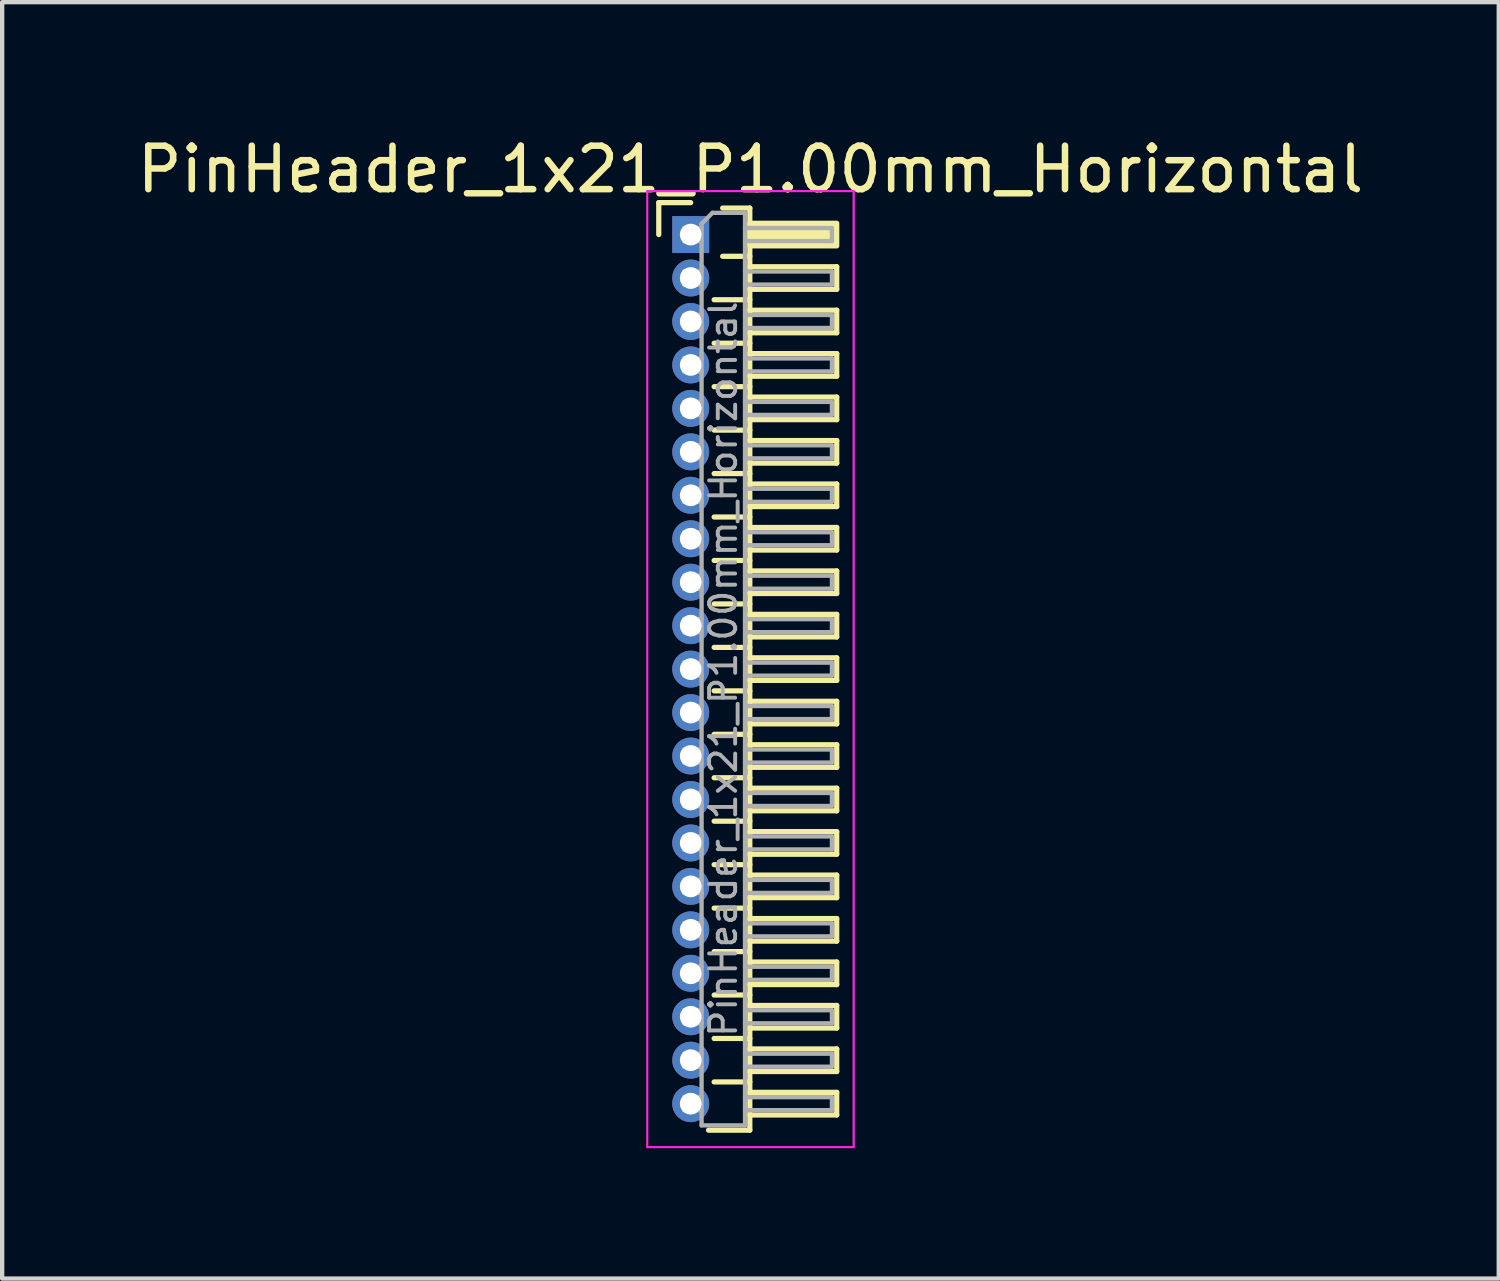
<source format=kicad_pcb>
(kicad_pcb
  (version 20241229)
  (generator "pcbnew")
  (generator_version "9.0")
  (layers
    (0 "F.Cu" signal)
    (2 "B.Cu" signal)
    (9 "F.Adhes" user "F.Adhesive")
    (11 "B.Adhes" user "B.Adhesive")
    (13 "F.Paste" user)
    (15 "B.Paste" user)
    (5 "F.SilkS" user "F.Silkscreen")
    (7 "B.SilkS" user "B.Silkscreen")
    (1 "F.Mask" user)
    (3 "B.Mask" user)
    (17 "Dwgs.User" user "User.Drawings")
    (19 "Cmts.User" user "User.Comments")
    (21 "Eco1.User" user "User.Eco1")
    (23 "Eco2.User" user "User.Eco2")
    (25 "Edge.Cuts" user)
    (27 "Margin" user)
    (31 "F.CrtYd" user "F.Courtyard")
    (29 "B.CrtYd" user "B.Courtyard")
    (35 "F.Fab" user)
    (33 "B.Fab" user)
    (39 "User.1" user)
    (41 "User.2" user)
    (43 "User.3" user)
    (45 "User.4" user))
  (footprint "PinHeader_1x21_P1.00mm_Horizontal"
    (layer "F.Cu")
    (at 12.845 2.348)
    (property "Reference" "PinHeader_1x21_P1.00mm_Horizontal" (at 1.375 -1.5 0) (layer "F.SilkS") (effects (font (size 1 1) (thickness 0.15))))
    (attr through_hole)
    (fp_line (start -0.735 -0.735) (end 0 -0.735) (stroke (width 0.12) (type solid)) (layer "F.SilkS"))
    (fp_line (start -0.735 0) (end -0.735 -0.735) (stroke (width 0.12) (type solid)) (layer "F.SilkS"))
    (fp_line (start 0.539 1.5) (end 1.36 1.5) (stroke (width 0.12) (type solid)) (layer "F.SilkS"))
    (fp_line (start 0.539 2.5) (end 1.36 2.5) (stroke (width 0.12) (type solid)) (layer "F.SilkS"))
    (fp_line (start 0.539 3.5) (end 1.36 3.5) (stroke (width 0.12) (type solid)) (layer "F.SilkS"))
    (fp_line (start 0.539 4.5) (end 1.36 4.5) (stroke (width 0.12) (type solid)) (layer "F.SilkS"))
    (fp_line (start 0.539 5.5) (end 1.36 5.5) (stroke (width 0.12) (type solid)) (layer "F.SilkS"))
    (fp_line (start 0.539 6.5) (end 1.36 6.5) (stroke (width 0.12) (type solid)) (layer "F.SilkS"))
    (fp_line (start 0.539 7.5) (end 1.36 7.5) (stroke (width 0.12) (type solid)) (layer "F.SilkS"))
    (fp_line (start 0.539 8.5) (end 1.36 8.5) (stroke (width 0.12) (type solid)) (layer "F.SilkS"))
    (fp_line (start 0.539 9.5) (end 1.36 9.5) (stroke (width 0.12) (type solid)) (layer "F.SilkS"))
    (fp_line (start 0.539 10.5) (end 1.36 10.5) (stroke (width 0.12) (type solid)) (layer "F.SilkS"))
    (fp_line (start 0.539 11.5) (end 1.36 11.5) (stroke (width 0.12) (type solid)) (layer "F.SilkS"))
    (fp_line (start 0.539 12.5) (end 1.36 12.5) (stroke (width 0.12) (type solid)) (layer "F.SilkS"))
    (fp_line (start 0.539 13.5) (end 1.36 13.5) (stroke (width 0.12) (type solid)) (layer "F.SilkS"))
    (fp_line (start 0.539 14.5) (end 1.36 14.5) (stroke (width 0.12) (type solid)) (layer "F.SilkS"))
    (fp_line (start 0.539 15.5) (end 1.36 15.5) (stroke (width 0.12) (type solid)) (layer "F.SilkS"))
    (fp_line (start 0.539 16.5) (end 1.36 16.5) (stroke (width 0.12) (type solid)) (layer "F.SilkS"))
    (fp_line (start 0.539 17.5) (end 1.36 17.5) (stroke (width 0.12) (type solid)) (layer "F.SilkS"))
    (fp_line (start 0.539 18.5) (end 1.36 18.5) (stroke (width 0.12) (type solid)) (layer "F.SilkS"))
    (fp_line (start 0.539 19.5) (end 1.36 19.5) (stroke (width 0.12) (type solid)) (layer "F.SilkS"))
    (fp_line (start 0.735 -0.61) (end 1.36 -0.61) (stroke (width 0.12) (type solid)) (layer "F.SilkS"))
    (fp_line (start 0.735 0.5) (end 1.36 0.5) (stroke (width 0.12) (type solid)) (layer "F.SilkS"))
    (fp_line (start 1.36 -0.61) (end 1.36 20.61) (stroke (width 0.12) (type solid)) (layer "F.SilkS"))
    (fp_line (start 1.36 0.74) (end 3.36 0.74) (stroke (width 0.12) (type solid)) (layer "F.SilkS"))
    (fp_line (start 1.36 1.74) (end 3.36 1.74) (stroke (width 0.12) (type solid)) (layer "F.SilkS"))
    (fp_line (start 1.36 2.74) (end 3.36 2.74) (stroke (width 0.12) (type solid)) (layer "F.SilkS"))
    (fp_line (start 1.36 3.74) (end 3.36 3.74) (stroke (width 0.12) (type solid)) (layer "F.SilkS"))
    (fp_line (start 1.36 4.74) (end 3.36 4.74) (stroke (width 0.12) (type solid)) (layer "F.SilkS"))
    (fp_line (start 1.36 5.74) (end 3.36 5.74) (stroke (width 0.12) (type solid)) (layer "F.SilkS"))
    (fp_line (start 1.36 6.74) (end 3.36 6.74) (stroke (width 0.12) (type solid)) (layer "F.SilkS"))
    (fp_line (start 1.36 7.74) (end 3.36 7.74) (stroke (width 0.12) (type solid)) (layer "F.SilkS"))
    (fp_line (start 1.36 8.74) (end 3.36 8.74) (stroke (width 0.12) (type solid)) (layer "F.SilkS"))
    (fp_line (start 1.36 9.74) (end 3.36 9.74) (stroke (width 0.12) (type solid)) (layer "F.SilkS"))
    (fp_line (start 1.36 10.74) (end 3.36 10.74) (stroke (width 0.12) (type solid)) (layer "F.SilkS"))
    (fp_line (start 1.36 11.74) (end 3.36 11.74) (stroke (width 0.12) (type solid)) (layer "F.SilkS"))
    (fp_line (start 1.36 12.74) (end 3.36 12.74) (stroke (width 0.12) (type solid)) (layer "F.SilkS"))
    (fp_line (start 1.36 13.74) (end 3.36 13.74) (stroke (width 0.12) (type solid)) (layer "F.SilkS"))
    (fp_line (start 1.36 14.74) (end 3.36 14.74) (stroke (width 0.12) (type solid)) (layer "F.SilkS"))
    (fp_line (start 1.36 15.74) (end 3.36 15.74) (stroke (width 0.12) (type solid)) (layer "F.SilkS"))
    (fp_line (start 1.36 16.74) (end 3.36 16.74) (stroke (width 0.12) (type solid)) (layer "F.SilkS"))
    (fp_line (start 1.36 17.74) (end 3.36 17.74) (stroke (width 0.12) (type solid)) (layer "F.SilkS"))
    (fp_line (start 1.36 18.74) (end 3.36 18.74) (stroke (width 0.12) (type solid)) (layer "F.SilkS"))
    (fp_line (start 1.36 19.74) (end 3.36 19.74) (stroke (width 0.12) (type solid)) (layer "F.SilkS"))
    (fp_line (start 1.36 20.61) (end 0.41 20.61) (stroke (width 0.12) (type solid)) (layer "F.SilkS"))
    (fp_line (start 3.36 0.74) (end 3.36 1.26) (stroke (width 0.12) (type solid)) (layer "F.SilkS"))
    (fp_line (start 3.36 1.26) (end 1.36 1.26) (stroke (width 0.12) (type solid)) (layer "F.SilkS"))
    (fp_line (start 3.36 1.74) (end 3.36 2.26) (stroke (width 0.12) (type solid)) (layer "F.SilkS"))
    (fp_line (start 3.36 2.26) (end 1.36 2.26) (stroke (width 0.12) (type solid)) (layer "F.SilkS"))
    (fp_line (start 3.36 2.74) (end 3.36 3.26) (stroke (width 0.12) (type solid)) (layer "F.SilkS"))
    (fp_line (start 3.36 3.26) (end 1.36 3.26) (stroke (width 0.12) (type solid)) (layer "F.SilkS"))
    (fp_line (start 3.36 3.74) (end 3.36 4.26) (stroke (width 0.12) (type solid)) (layer "F.SilkS"))
    (fp_line (start 3.36 4.26) (end 1.36 4.26) (stroke (width 0.12) (type solid)) (layer "F.SilkS"))
    (fp_line (start 3.36 4.74) (end 3.36 5.26) (stroke (width 0.12) (type solid)) (layer "F.SilkS"))
    (fp_line (start 3.36 5.26) (end 1.36 5.26) (stroke (width 0.12) (type solid)) (layer "F.SilkS"))
    (fp_line (start 3.36 5.74) (end 3.36 6.26) (stroke (width 0.12) (type solid)) (layer "F.SilkS"))
    (fp_line (start 3.36 6.26) (end 1.36 6.26) (stroke (width 0.12) (type solid)) (layer "F.SilkS"))
    (fp_line (start 3.36 6.74) (end 3.36 7.26) (stroke (width 0.12) (type solid)) (layer "F.SilkS"))
    (fp_line (start 3.36 7.26) (end 1.36 7.26) (stroke (width 0.12) (type solid)) (layer "F.SilkS"))
    (fp_line (start 3.36 7.74) (end 3.36 8.26) (stroke (width 0.12) (type solid)) (layer "F.SilkS"))
    (fp_line (start 3.36 8.26) (end 1.36 8.26) (stroke (width 0.12) (type solid)) (layer "F.SilkS"))
    (fp_line (start 3.36 8.74) (end 3.36 9.26) (stroke (width 0.12) (type solid)) (layer "F.SilkS"))
    (fp_line (start 3.36 9.26) (end 1.36 9.26) (stroke (width 0.12) (type solid)) (layer "F.SilkS"))
    (fp_line (start 3.36 9.74) (end 3.36 10.26) (stroke (width 0.12) (type solid)) (layer "F.SilkS"))
    (fp_line (start 3.36 10.26) (end 1.36 10.26) (stroke (width 0.12) (type solid)) (layer "F.SilkS"))
    (fp_line (start 3.36 10.74) (end 3.36 11.26) (stroke (width 0.12) (type solid)) (layer "F.SilkS"))
    (fp_line (start 3.36 11.26) (end 1.36 11.26) (stroke (width 0.12) (type solid)) (layer "F.SilkS"))
    (fp_line (start 3.36 11.74) (end 3.36 12.26) (stroke (width 0.12) (type solid)) (layer "F.SilkS"))
    (fp_line (start 3.36 12.26) (end 1.36 12.26) (stroke (width 0.12) (type solid)) (layer "F.SilkS"))
    (fp_line (start 3.36 12.74) (end 3.36 13.26) (stroke (width 0.12) (type solid)) (layer "F.SilkS"))
    (fp_line (start 3.36 13.26) (end 1.36 13.26) (stroke (width 0.12) (type solid)) (layer "F.SilkS"))
    (fp_line (start 3.36 13.74) (end 3.36 14.26) (stroke (width 0.12) (type solid)) (layer "F.SilkS"))
    (fp_line (start 3.36 14.26) (end 1.36 14.26) (stroke (width 0.12) (type solid)) (layer "F.SilkS"))
    (fp_line (start 3.36 14.74) (end 3.36 15.26) (stroke (width 0.12) (type solid)) (layer "F.SilkS"))
    (fp_line (start 3.36 15.26) (end 1.36 15.26) (stroke (width 0.12) (type solid)) (layer "F.SilkS"))
    (fp_line (start 3.36 15.74) (end 3.36 16.26) (stroke (width 0.12) (type solid)) (layer "F.SilkS"))
    (fp_line (start 3.36 16.26) (end 1.36 16.26) (stroke (width 0.12) (type solid)) (layer "F.SilkS"))
    (fp_line (start 3.36 16.74) (end 3.36 17.26) (stroke (width 0.12) (type solid)) (layer "F.SilkS"))
    (fp_line (start 3.36 17.26) (end 1.36 17.26) (stroke (width 0.12) (type solid)) (layer "F.SilkS"))
    (fp_line (start 3.36 17.74) (end 3.36 18.26) (stroke (width 0.12) (type solid)) (layer "F.SilkS"))
    (fp_line (start 3.36 18.26) (end 1.36 18.26) (stroke (width 0.12) (type solid)) (layer "F.SilkS"))
    (fp_line (start 3.36 18.74) (end 3.36 19.26) (stroke (width 0.12) (type solid)) (layer "F.SilkS"))
    (fp_line (start 3.36 19.26) (end 1.36 19.26) (stroke (width 0.12) (type solid)) (layer "F.SilkS"))
    (fp_line (start 3.36 19.74) (end 3.36 20.26) (stroke (width 0.12) (type solid)) (layer "F.SilkS"))
    (fp_line (start 3.36 20.26) (end 1.36 20.26) (stroke (width 0.12) (type solid)) (layer "F.SilkS"))
    (fp_rect (start 1.36 -0.26) (end 3.36 0.26) (stroke (width 0.12) (type solid)) (fill yes) (layer "F.SilkS"))
    (fp_line (start -1 -1) (end -1 21) (stroke (width 0.05) (type solid)) (layer "F.CrtYd"))
    (fp_line (start -1 21) (end 3.75 21) (stroke (width 0.05) (type solid)) (layer "F.CrtYd"))
    (fp_line (start 3.75 -1) (end -1 -1) (stroke (width 0.05) (type solid)) (layer "F.CrtYd"))
    (fp_line (start 3.75 21) (end 3.75 -1) (stroke (width 0.05) (type solid)) (layer "F.CrtYd"))
    (fp_line (start -0.15 -0.15) (end -0.15 0.15) (stroke (width 0.1) (type solid)) (layer "F.Fab"))
    (fp_line (start -0.15 -0.15) (end 0.25 -0.15) (stroke (width 0.1) (type solid)) (layer "F.Fab"))
    (fp_line (start -0.15 0.15) (end 0.25 0.15) (stroke (width 0.1) (type solid)) (layer "F.Fab"))
    (fp_line (start -0.15 0.85) (end -0.15 1.15) (stroke (width 0.1) (type solid)) (layer "F.Fab"))
    (fp_line (start -0.15 0.85) (end 0.25 0.85) (stroke (width 0.1) (type solid)) (layer "F.Fab"))
    (fp_line (start -0.15 1.15) (end 0.25 1.15) (stroke (width 0.1) (type solid)) (layer "F.Fab"))
    (fp_line (start -0.15 1.85) (end -0.15 2.15) (stroke (width 0.1) (type solid)) (layer "F.Fab"))
    (fp_line (start -0.15 1.85) (end 0.25 1.85) (stroke (width 0.1) (type solid)) (layer "F.Fab"))
    (fp_line (start -0.15 2.15) (end 0.25 2.15) (stroke (width 0.1) (type solid)) (layer "F.Fab"))
    (fp_line (start -0.15 2.85) (end -0.15 3.15) (stroke (width 0.1) (type solid)) (layer "F.Fab"))
    (fp_line (start -0.15 2.85) (end 0.25 2.85) (stroke (width 0.1) (type solid)) (layer "F.Fab"))
    (fp_line (start -0.15 3.15) (end 0.25 3.15) (stroke (width 0.1) (type solid)) (layer "F.Fab"))
    (fp_line (start -0.15 3.85) (end -0.15 4.15) (stroke (width 0.1) (type solid)) (layer "F.Fab"))
    (fp_line (start -0.15 3.85) (end 0.25 3.85) (stroke (width 0.1) (type solid)) (layer "F.Fab"))
    (fp_line (start -0.15 4.15) (end 0.25 4.15) (stroke (width 0.1) (type solid)) (layer "F.Fab"))
    (fp_line (start -0.15 4.85) (end -0.15 5.15) (stroke (width 0.1) (type solid)) (layer "F.Fab"))
    (fp_line (start -0.15 4.85) (end 0.25 4.85) (stroke (width 0.1) (type solid)) (layer "F.Fab"))
    (fp_line (start -0.15 5.15) (end 0.25 5.15) (stroke (width 0.1) (type solid)) (layer "F.Fab"))
    (fp_line (start -0.15 5.85) (end -0.15 6.15) (stroke (width 0.1) (type solid)) (layer "F.Fab"))
    (fp_line (start -0.15 5.85) (end 0.25 5.85) (stroke (width 0.1) (type solid)) (layer "F.Fab"))
    (fp_line (start -0.15 6.15) (end 0.25 6.15) (stroke (width 0.1) (type solid)) (layer "F.Fab"))
    (fp_line (start -0.15 6.85) (end -0.15 7.15) (stroke (width 0.1) (type solid)) (layer "F.Fab"))
    (fp_line (start -0.15 6.85) (end 0.25 6.85) (stroke (width 0.1) (type solid)) (layer "F.Fab"))
    (fp_line (start -0.15 7.15) (end 0.25 7.15) (stroke (width 0.1) (type solid)) (layer "F.Fab"))
    (fp_line (start -0.15 7.85) (end -0.15 8.15) (stroke (width 0.1) (type solid)) (layer "F.Fab"))
    (fp_line (start -0.15 7.85) (end 0.25 7.85) (stroke (width 0.1) (type solid)) (layer "F.Fab"))
    (fp_line (start -0.15 8.15) (end 0.25 8.15) (stroke (width 0.1) (type solid)) (layer "F.Fab"))
    (fp_line (start -0.15 8.85) (end -0.15 9.15) (stroke (width 0.1) (type solid)) (layer "F.Fab"))
    (fp_line (start -0.15 8.85) (end 0.25 8.85) (stroke (width 0.1) (type solid)) (layer "F.Fab"))
    (fp_line (start -0.15 9.15) (end 0.25 9.15) (stroke (width 0.1) (type solid)) (layer "F.Fab"))
    (fp_line (start -0.15 9.85) (end -0.15 10.15) (stroke (width 0.1) (type solid)) (layer "F.Fab"))
    (fp_line (start -0.15 9.85) (end 0.25 9.85) (stroke (width 0.1) (type solid)) (layer "F.Fab"))
    (fp_line (start -0.15 10.15) (end 0.25 10.15) (stroke (width 0.1) (type solid)) (layer "F.Fab"))
    (fp_line (start -0.15 10.85) (end -0.15 11.15) (stroke (width 0.1) (type solid)) (layer "F.Fab"))
    (fp_line (start -0.15 10.85) (end 0.25 10.85) (stroke (width 0.1) (type solid)) (layer "F.Fab"))
    (fp_line (start -0.15 11.15) (end 0.25 11.15) (stroke (width 0.1) (type solid)) (layer "F.Fab"))
    (fp_line (start -0.15 11.85) (end -0.15 12.15) (stroke (width 0.1) (type solid)) (layer "F.Fab"))
    (fp_line (start -0.15 11.85) (end 0.25 11.85) (stroke (width 0.1) (type solid)) (layer "F.Fab"))
    (fp_line (start -0.15 12.15) (end 0.25 12.15) (stroke (width 0.1) (type solid)) (layer "F.Fab"))
    (fp_line (start -0.15 12.85) (end -0.15 13.15) (stroke (width 0.1) (type solid)) (layer "F.Fab"))
    (fp_line (start -0.15 12.85) (end 0.25 12.85) (stroke (width 0.1) (type solid)) (layer "F.Fab"))
    (fp_line (start -0.15 13.15) (end 0.25 13.15) (stroke (width 0.1) (type solid)) (layer "F.Fab"))
    (fp_line (start -0.15 13.85) (end -0.15 14.15) (stroke (width 0.1) (type solid)) (layer "F.Fab"))
    (fp_line (start -0.15 13.85) (end 0.25 13.85) (stroke (width 0.1) (type solid)) (layer "F.Fab"))
    (fp_line (start -0.15 14.15) (end 0.25 14.15) (stroke (width 0.1) (type solid)) (layer "F.Fab"))
    (fp_line (start -0.15 14.85) (end -0.15 15.15) (stroke (width 0.1) (type solid)) (layer "F.Fab"))
    (fp_line (start -0.15 14.85) (end 0.25 14.85) (stroke (width 0.1) (type solid)) (layer "F.Fab"))
    (fp_line (start -0.15 15.15) (end 0.25 15.15) (stroke (width 0.1) (type solid)) (layer "F.Fab"))
    (fp_line (start -0.15 15.85) (end -0.15 16.15) (stroke (width 0.1) (type solid)) (layer "F.Fab"))
    (fp_line (start -0.15 15.85) (end 0.25 15.85) (stroke (width 0.1) (type solid)) (layer "F.Fab"))
    (fp_line (start -0.15 16.15) (end 0.25 16.15) (stroke (width 0.1) (type solid)) (layer "F.Fab"))
    (fp_line (start -0.15 16.85) (end -0.15 17.15) (stroke (width 0.1) (type solid)) (layer "F.Fab"))
    (fp_line (start -0.15 16.85) (end 0.25 16.85) (stroke (width 0.1) (type solid)) (layer "F.Fab"))
    (fp_line (start -0.15 17.15) (end 0.25 17.15) (stroke (width 0.1) (type solid)) (layer "F.Fab"))
    (fp_line (start -0.15 17.85) (end -0.15 18.15) (stroke (width 0.1) (type solid)) (layer "F.Fab"))
    (fp_line (start -0.15 17.85) (end 0.25 17.85) (stroke (width 0.1) (type solid)) (layer "F.Fab"))
    (fp_line (start -0.15 18.15) (end 0.25 18.15) (stroke (width 0.1) (type solid)) (layer "F.Fab"))
    (fp_line (start -0.15 18.85) (end -0.15 19.15) (stroke (width 0.1) (type solid)) (layer "F.Fab"))
    (fp_line (start -0.15 18.85) (end 0.25 18.85) (stroke (width 0.1) (type solid)) (layer "F.Fab"))
    (fp_line (start -0.15 19.15) (end 0.25 19.15) (stroke (width 0.1) (type solid)) (layer "F.Fab"))
    (fp_line (start -0.15 19.85) (end -0.15 20.15) (stroke (width 0.1) (type solid)) (layer "F.Fab"))
    (fp_line (start -0.15 19.85) (end 0.25 19.85) (stroke (width 0.1) (type solid)) (layer "F.Fab"))
    (fp_line (start -0.15 20.15) (end 0.25 20.15) (stroke (width 0.1) (type solid)) (layer "F.Fab"))
    (fp_line (start 0.25 -0.25) (end 0.5 -0.5) (stroke (width 0.1) (type solid)) (layer "F.Fab"))
    (fp_line (start 0.25 20.5) (end 0.25 -0.25) (stroke (width 0.1) (type solid)) (layer "F.Fab"))
    (fp_line (start 0.5 -0.5) (end 1.25 -0.5) (stroke (width 0.1) (type solid)) (layer "F.Fab"))
    (fp_line (start 1.25 -0.5) (end 1.25 20.5) (stroke (width 0.1) (type solid)) (layer "F.Fab"))
    (fp_line (start 1.25 -0.15) (end 3.25 -0.15) (stroke (width 0.1) (type solid)) (layer "F.Fab"))
    (fp_line (start 1.25 0.15) (end 3.25 0.15) (stroke (width 0.1) (type solid)) (layer "F.Fab"))
    (fp_line (start 1.25 0.85) (end 3.25 0.85) (stroke (width 0.1) (type solid)) (layer "F.Fab"))
    (fp_line (start 1.25 1.15) (end 3.25 1.15) (stroke (width 0.1) (type solid)) (layer "F.Fab"))
    (fp_line (start 1.25 1.85) (end 3.25 1.85) (stroke (width 0.1) (type solid)) (layer "F.Fab"))
    (fp_line (start 1.25 2.15) (end 3.25 2.15) (stroke (width 0.1) (type solid)) (layer "F.Fab"))
    (fp_line (start 1.25 2.85) (end 3.25 2.85) (stroke (width 0.1) (type solid)) (layer "F.Fab"))
    (fp_line (start 1.25 3.15) (end 3.25 3.15) (stroke (width 0.1) (type solid)) (layer "F.Fab"))
    (fp_line (start 1.25 3.85) (end 3.25 3.85) (stroke (width 0.1) (type solid)) (layer "F.Fab"))
    (fp_line (start 1.25 4.15) (end 3.25 4.15) (stroke (width 0.1) (type solid)) (layer "F.Fab"))
    (fp_line (start 1.25 4.85) (end 3.25 4.85) (stroke (width 0.1) (type solid)) (layer "F.Fab"))
    (fp_line (start 1.25 5.15) (end 3.25 5.15) (stroke (width 0.1) (type solid)) (layer "F.Fab"))
    (fp_line (start 1.25 5.85) (end 3.25 5.85) (stroke (width 0.1) (type solid)) (layer "F.Fab"))
    (fp_line (start 1.25 6.15) (end 3.25 6.15) (stroke (width 0.1) (type solid)) (layer "F.Fab"))
    (fp_line (start 1.25 6.85) (end 3.25 6.85) (stroke (width 0.1) (type solid)) (layer "F.Fab"))
    (fp_line (start 1.25 7.15) (end 3.25 7.15) (stroke (width 0.1) (type solid)) (layer "F.Fab"))
    (fp_line (start 1.25 7.85) (end 3.25 7.85) (stroke (width 0.1) (type solid)) (layer "F.Fab"))
    (fp_line (start 1.25 8.15) (end 3.25 8.15) (stroke (width 0.1) (type solid)) (layer "F.Fab"))
    (fp_line (start 1.25 8.85) (end 3.25 8.85) (stroke (width 0.1) (type solid)) (layer "F.Fab"))
    (fp_line (start 1.25 9.15) (end 3.25 9.15) (stroke (width 0.1) (type solid)) (layer "F.Fab"))
    (fp_line (start 1.25 9.85) (end 3.25 9.85) (stroke (width 0.1) (type solid)) (layer "F.Fab"))
    (fp_line (start 1.25 10.15) (end 3.25 10.15) (stroke (width 0.1) (type solid)) (layer "F.Fab"))
    (fp_line (start 1.25 10.85) (end 3.25 10.85) (stroke (width 0.1) (type solid)) (layer "F.Fab"))
    (fp_line (start 1.25 11.15) (end 3.25 11.15) (stroke (width 0.1) (type solid)) (layer "F.Fab"))
    (fp_line (start 1.25 11.85) (end 3.25 11.85) (stroke (width 0.1) (type solid)) (layer "F.Fab"))
    (fp_line (start 1.25 12.15) (end 3.25 12.15) (stroke (width 0.1) (type solid)) (layer "F.Fab"))
    (fp_line (start 1.25 12.85) (end 3.25 12.85) (stroke (width 0.1) (type solid)) (layer "F.Fab"))
    (fp_line (start 1.25 13.15) (end 3.25 13.15) (stroke (width 0.1) (type solid)) (layer "F.Fab"))
    (fp_line (start 1.25 13.85) (end 3.25 13.85) (stroke (width 0.1) (type solid)) (layer "F.Fab"))
    (fp_line (start 1.25 14.15) (end 3.25 14.15) (stroke (width 0.1) (type solid)) (layer "F.Fab"))
    (fp_line (start 1.25 14.85) (end 3.25 14.85) (stroke (width 0.1) (type solid)) (layer "F.Fab"))
    (fp_line (start 1.25 15.15) (end 3.25 15.15) (stroke (width 0.1) (type solid)) (layer "F.Fab"))
    (fp_line (start 1.25 15.85) (end 3.25 15.85) (stroke (width 0.1) (type solid)) (layer "F.Fab"))
    (fp_line (start 1.25 16.15) (end 3.25 16.15) (stroke (width 0.1) (type solid)) (layer "F.Fab"))
    (fp_line (start 1.25 16.85) (end 3.25 16.85) (stroke (width 0.1) (type solid)) (layer "F.Fab"))
    (fp_line (start 1.25 17.15) (end 3.25 17.15) (stroke (width 0.1) (type solid)) (layer "F.Fab"))
    (fp_line (start 1.25 17.85) (end 3.25 17.85) (stroke (width 0.1) (type solid)) (layer "F.Fab"))
    (fp_line (start 1.25 18.15) (end 3.25 18.15) (stroke (width 0.1) (type solid)) (layer "F.Fab"))
    (fp_line (start 1.25 18.85) (end 3.25 18.85) (stroke (width 0.1) (type solid)) (layer "F.Fab"))
    (fp_line (start 1.25 19.15) (end 3.25 19.15) (stroke (width 0.1) (type solid)) (layer "F.Fab"))
    (fp_line (start 1.25 19.85) (end 3.25 19.85) (stroke (width 0.1) (type solid)) (layer "F.Fab"))
    (fp_line (start 1.25 20.15) (end 3.25 20.15) (stroke (width 0.1) (type solid)) (layer "F.Fab"))
    (fp_line (start 1.25 20.5) (end 0.25 20.5) (stroke (width 0.1) (type solid)) (layer "F.Fab"))
    (fp_line (start 3.25 -0.15) (end 3.25 0.15) (stroke (width 0.1) (type solid)) (layer "F.Fab"))
    (fp_line (start 3.25 0.85) (end 3.25 1.15) (stroke (width 0.1) (type solid)) (layer "F.Fab"))
    (fp_line (start 3.25 1.85) (end 3.25 2.15) (stroke (width 0.1) (type solid)) (layer "F.Fab"))
    (fp_line (start 3.25 2.85) (end 3.25 3.15) (stroke (width 0.1) (type solid)) (layer "F.Fab"))
    (fp_line (start 3.25 3.85) (end 3.25 4.15) (stroke (width 0.1) (type solid)) (layer "F.Fab"))
    (fp_line (start 3.25 4.85) (end 3.25 5.15) (stroke (width 0.1) (type solid)) (layer "F.Fab"))
    (fp_line (start 3.25 5.85) (end 3.25 6.15) (stroke (width 0.1) (type solid)) (layer "F.Fab"))
    (fp_line (start 3.25 6.85) (end 3.25 7.15) (stroke (width 0.1) (type solid)) (layer "F.Fab"))
    (fp_line (start 3.25 7.85) (end 3.25 8.15) (stroke (width 0.1) (type solid)) (layer "F.Fab"))
    (fp_line (start 3.25 8.85) (end 3.25 9.15) (stroke (width 0.1) (type solid)) (layer "F.Fab"))
    (fp_line (start 3.25 9.85) (end 3.25 10.15) (stroke (width 0.1) (type solid)) (layer "F.Fab"))
    (fp_line (start 3.25 10.85) (end 3.25 11.15) (stroke (width 0.1) (type solid)) (layer "F.Fab"))
    (fp_line (start 3.25 11.85) (end 3.25 12.15) (stroke (width 0.1) (type solid)) (layer "F.Fab"))
    (fp_line (start 3.25 12.85) (end 3.25 13.15) (stroke (width 0.1) (type solid)) (layer "F.Fab"))
    (fp_line (start 3.25 13.85) (end 3.25 14.15) (stroke (width 0.1) (type solid)) (layer "F.Fab"))
    (fp_line (start 3.25 14.85) (end 3.25 15.15) (stroke (width 0.1) (type solid)) (layer "F.Fab"))
    (fp_line (start 3.25 15.85) (end 3.25 16.15) (stroke (width 0.1) (type solid)) (layer "F.Fab"))
    (fp_line (start 3.25 16.85) (end 3.25 17.15) (stroke (width 0.1) (type solid)) (layer "F.Fab"))
    (fp_line (start 3.25 17.85) (end 3.25 18.15) (stroke (width 0.1) (type solid)) (layer "F.Fab"))
    (fp_line (start 3.25 18.85) (end 3.25 19.15) (stroke (width 0.1) (type solid)) (layer "F.Fab"))
    (fp_line (start 3.25 19.85) (end 3.25 20.15) (stroke (width 0.1) (type solid)) (layer "F.Fab"))
    (fp_text user "${REFERENCE}" (at 0.75 10 90) (layer "F.Fab") (effects (font (size 0.6 0.6) (thickness 0.09))))
    (pad "1" thru_hole rect (at 0 0) (size 0.85 0.85) (drill 0.5) (layers "*.Cu" "*.Mask"))
    (pad "2" thru_hole circle (at 0 1) (size 0.85 0.85) (drill 0.5) (layers "*.Cu" "*.Mask"))
    (pad "3" thru_hole circle (at 0 2) (size 0.85 0.85) (drill 0.5) (layers "*.Cu" "*.Mask"))
    (pad "4" thru_hole circle (at 0 3) (size 0.85 0.85) (drill 0.5) (layers "*.Cu" "*.Mask"))
    (pad "5" thru_hole circle (at 0 4) (size 0.85 0.85) (drill 0.5) (layers "*.Cu" "*.Mask"))
    (pad "6" thru_hole circle (at 0 5) (size 0.85 0.85) (drill 0.5) (layers "*.Cu" "*.Mask"))
    (pad "7" thru_hole circle (at 0 6) (size 0.85 0.85) (drill 0.5) (layers "*.Cu" "*.Mask"))
    (pad "8" thru_hole circle (at 0 7) (size 0.85 0.85) (drill 0.5) (layers "*.Cu" "*.Mask"))
    (pad "9" thru_hole circle (at 0 8) (size 0.85 0.85) (drill 0.5) (layers "*.Cu" "*.Mask"))
    (pad "10" thru_hole circle (at 0 9) (size 0.85 0.85) (drill 0.5) (layers "*.Cu" "*.Mask"))
    (pad "11" thru_hole circle (at 0 10) (size 0.85 0.85) (drill 0.5) (layers "*.Cu" "*.Mask"))
    (pad "12" thru_hole circle (at 0 11) (size 0.85 0.85) (drill 0.5) (layers "*.Cu" "*.Mask"))
    (pad "13" thru_hole circle (at 0 12) (size 0.85 0.85) (drill 0.5) (layers "*.Cu" "*.Mask"))
    (pad "14" thru_hole circle (at 0 13) (size 0.85 0.85) (drill 0.5) (layers "*.Cu" "*.Mask"))
    (pad "15" thru_hole circle (at 0 14) (size 0.85 0.85) (drill 0.5) (layers "*.Cu" "*.Mask"))
    (pad "16" thru_hole circle (at 0 15) (size 0.85 0.85) (drill 0.5) (layers "*.Cu" "*.Mask"))
    (pad "17" thru_hole circle (at 0 16) (size 0.85 0.85) (drill 0.5) (layers "*.Cu" "*.Mask"))
    (pad "18" thru_hole circle (at 0 17) (size 0.85 0.85) (drill 0.5) (layers "*.Cu" "*.Mask"))
    (pad "19" thru_hole circle (at 0 18) (size 0.85 0.85) (drill 0.5) (layers "*.Cu" "*.Mask"))
    (pad "20" thru_hole circle (at 0 19) (size 0.85 0.85) (drill 0.5) (layers "*.Cu" "*.Mask"))
    (pad "21" thru_hole circle (at 0 20) (size 0.85 0.85) (drill 0.5) (layers "*.Cu" "*.Mask")))
  (gr_rect
    (start -3 -3)
    (end 31.44 26.373)
    (stroke (width 0.1) (type default))
    (fill no)
    (layer "Edge.Cuts")))
</source>
